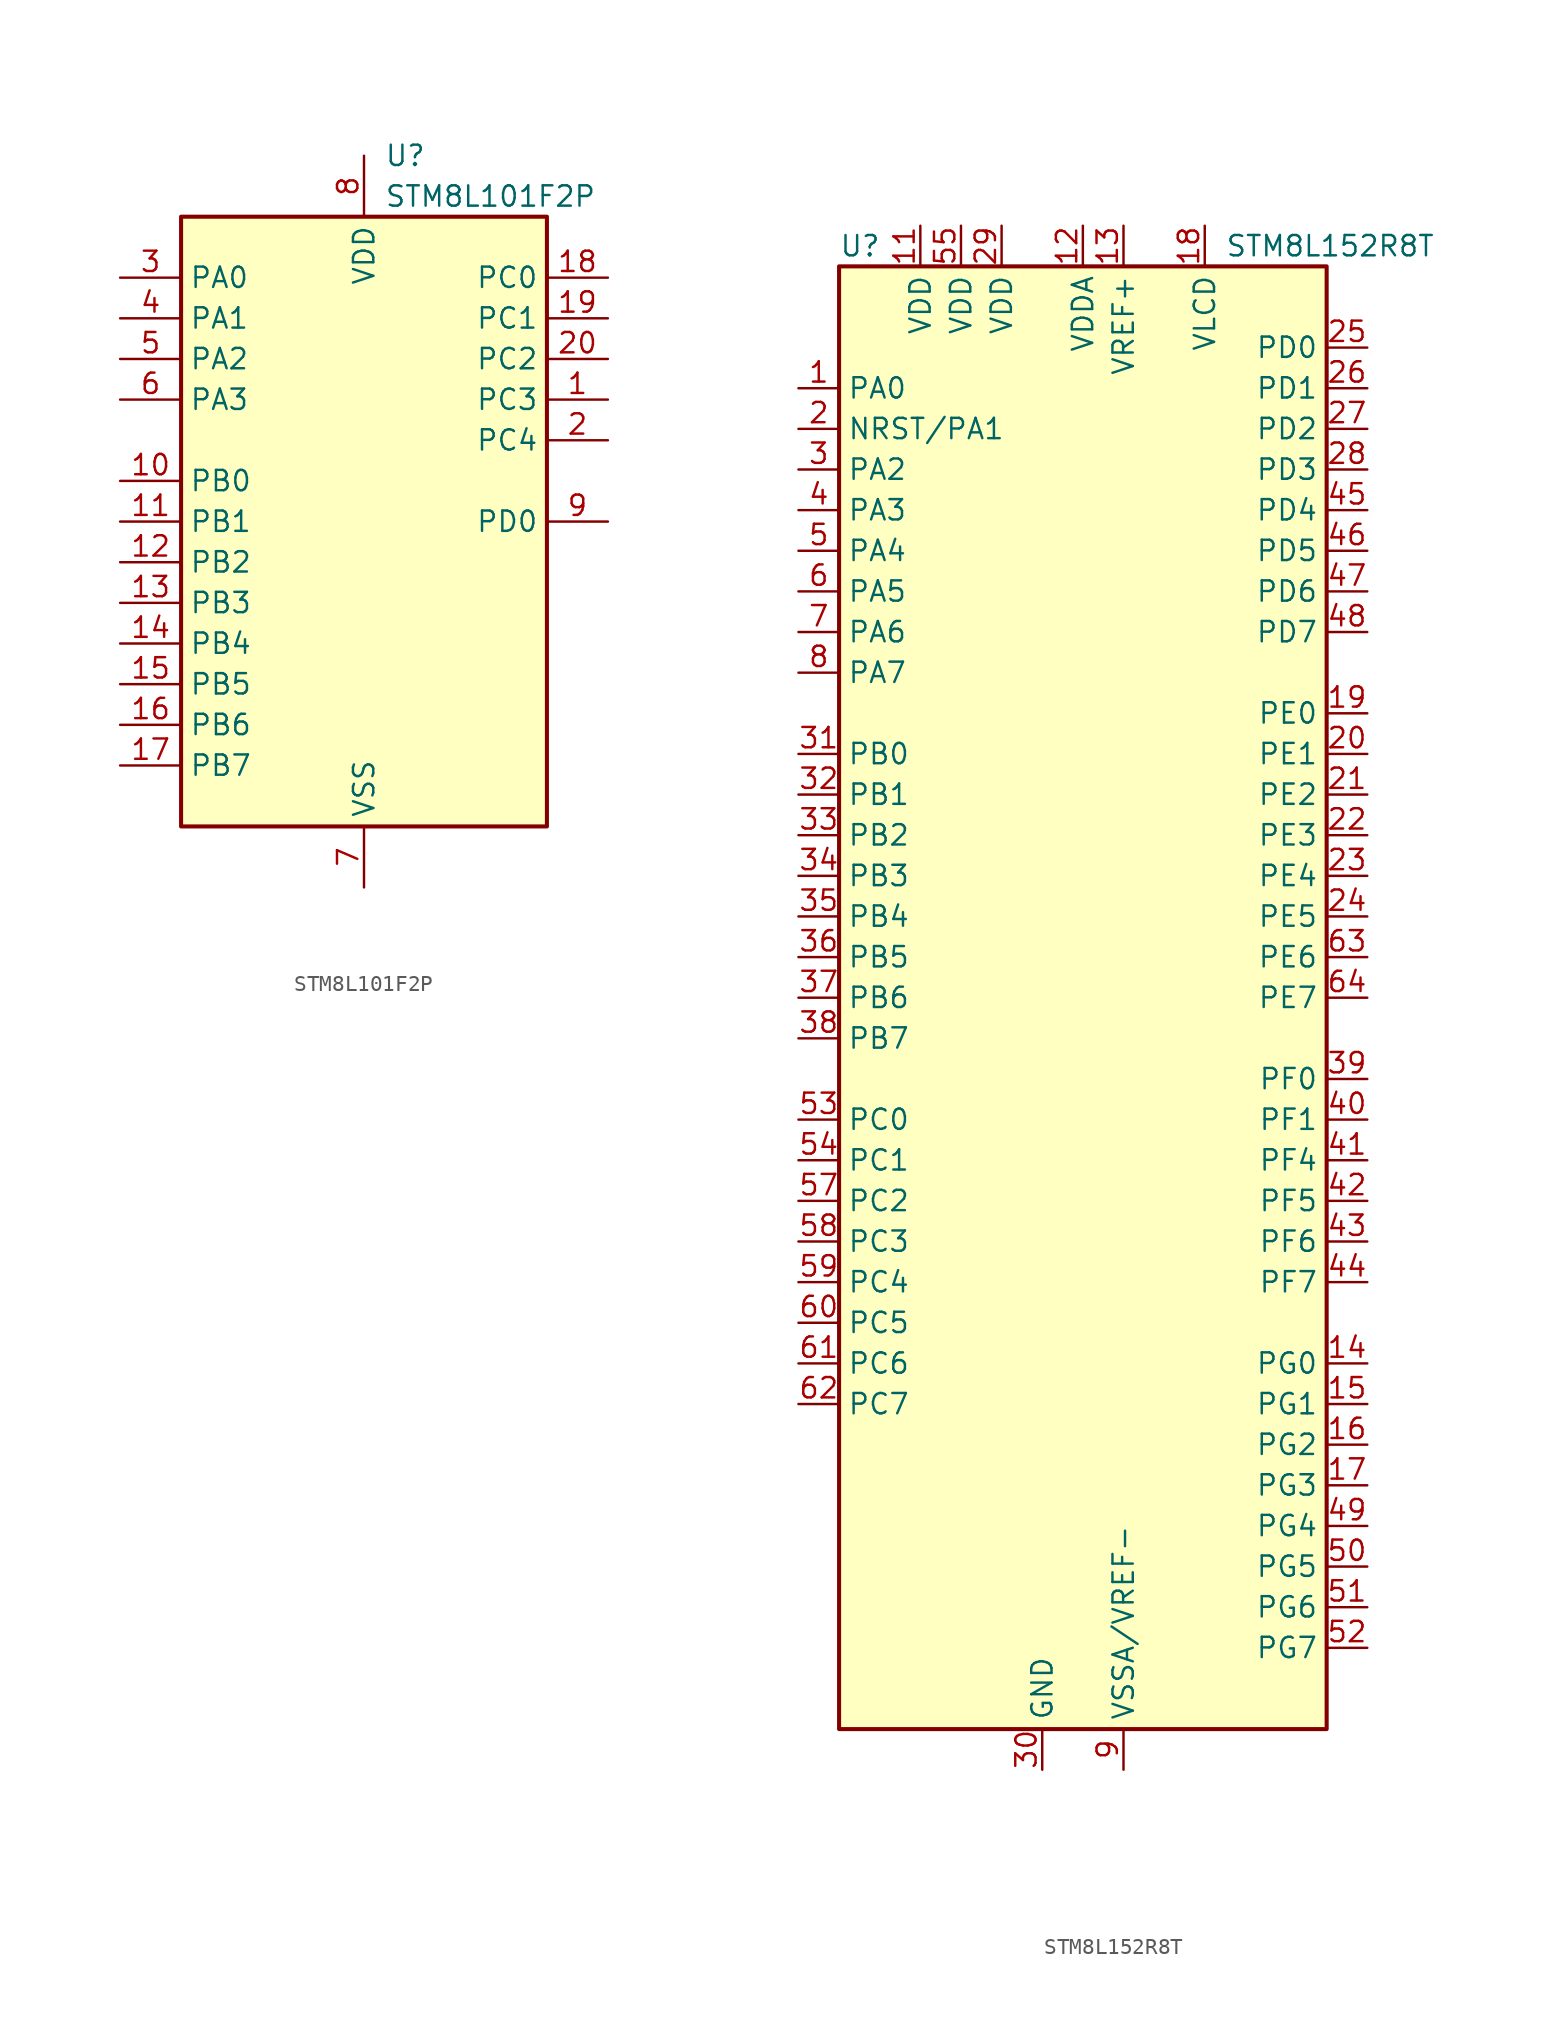
<source format=kicad_sym>
(kicad_symbol_lib
  (version 20201005)
  (generator kicad_symbol_editor)
  (symbol "STM8L101F2P"
    (property "Reference" "U"
      (at 1.27 22.86 0)
      (effects (font (size 1.27 1.27)) (justify left)))
    (property "Value" "STM8L101F2P"
      (at 1.27 20.32 0)
      (effects (font (size 1.27 1.27)) (justify left)))
    (symbol "STM8L101F2P_0_1"
      (rectangle (start -11.43 19.05) (end 11.43 -19.05) (stroke (width 0.254)) (fill (type background))))
    (symbol "STM8L101F2P_1_1"
      (pin bidirectional line (at 15.24 7.62 180) (length 3.81) (name "PC3" (effects (font (size 1.27 1.27)))) (number "1" (effects (font (size 1.27 1.27)))))
      (pin bidirectional line (at -15.24 2.54 0) (length 3.81) (name "PB0" (effects (font (size 1.27 1.27)))) (number "10" (effects (font (size 1.27 1.27)))))
      (pin bidirectional line (at -15.24 0 0) (length 3.81) (name "PB1" (effects (font (size 1.27 1.27)))) (number "11" (effects (font (size 1.27 1.27)))))
      (pin bidirectional line (at -15.24 -2.54 0) (length 3.81) (name "PB2" (effects (font (size 1.27 1.27)))) (number "12" (effects (font (size 1.27 1.27)))))
      (pin bidirectional line (at -15.24 -5.08 0) (length 3.81) (name "PB3" (effects (font (size 1.27 1.27)))) (number "13" (effects (font (size 1.27 1.27)))))
      (pin bidirectional line (at -15.24 -7.62 0) (length 3.81) (name "PB4" (effects (font (size 1.27 1.27)))) (number "14" (effects (font (size 1.27 1.27)))))
      (pin bidirectional line (at -15.24 -10.16 0) (length 3.81) (name "PB5" (effects (font (size 1.27 1.27)))) (number "15" (effects (font (size 1.27 1.27)))))
      (pin bidirectional line (at -15.24 -12.7 0) (length 3.81) (name "PB6" (effects (font (size 1.27 1.27)))) (number "16" (effects (font (size 1.27 1.27)))))
      (pin bidirectional line (at -15.24 -15.24 0) (length 3.81) (name "PB7" (effects (font (size 1.27 1.27)))) (number "17" (effects (font (size 1.27 1.27)))))
      (pin bidirectional line (at 15.24 15.24 180) (length 3.81) (name "PC0" (effects (font (size 1.27 1.27)))) (number "18" (effects (font (size 1.27 1.27)))))
      (pin bidirectional line (at 15.24 12.7 180) (length 3.81) (name "PC1" (effects (font (size 1.27 1.27)))) (number "19" (effects (font (size 1.27 1.27)))))
      (pin bidirectional line (at 15.24 5.08 180) (length 3.81) (name "PC4" (effects (font (size 1.27 1.27)))) (number "2" (effects (font (size 1.27 1.27)))))
      (pin bidirectional line (at 15.24 10.16 180) (length 3.81) (name "PC2" (effects (font (size 1.27 1.27)))) (number "20" (effects (font (size 1.27 1.27)))))
      (pin power_in line (at -15.24 15.24 0) (length 3.81) (name "PA0" (effects (font (size 1.27 1.27)))) (number "3" (effects (font (size 1.27 1.27)))))
      (pin bidirectional line (at -15.24 12.7 0) (length 3.81) (name "PA1" (effects (font (size 1.27 1.27)))) (number "4" (effects (font (size 1.27 1.27)))))
      (pin bidirectional line (at -15.24 10.16 0) (length 3.81) (name "PA2" (effects (font (size 1.27 1.27)))) (number "5" (effects (font (size 1.27 1.27)))))
      (pin bidirectional line (at -15.24 7.62 0) (length 3.81) (name "PA3" (effects (font (size 1.27 1.27)))) (number "6" (effects (font (size 1.27 1.27)))))
      (pin power_in line (at 0 -22.86 90) (length 3.81) (name "VSS" (effects (font (size 1.27 1.27)))) (number "7" (effects (font (size 1.27 1.27)))))
      (pin power_in line (at 0 22.86 270) (length 3.81) (name "VDD" (effects (font (size 1.27 1.27)))) (number "8" (effects (font (size 1.27 1.27)))))
      (pin bidirectional line (at 15.24 0 180) (length 3.81) (name "PD0" (effects (font (size 1.27 1.27)))) (number "9" (effects (font (size 1.27 1.27)))))))
  (symbol "STM8L152R8T"
    (property "Reference" "U"
      (at -15.24 46.99 0)
      (effects (font (size 1.27 1.27)) (justify left)))
    (property "Value" "STM8L152R8T"
      (at 8.89 46.99 0)
      (effects (font (size 1.27 1.27)) (justify left)))
    (symbol "STM8L152R8T_0_0"
      (pin passive line (at -2.54 -48.26 90) (length 2.54) hide (name "GND" (effects (font (size 1.27 1.27)))) (number "10" (effects (font (size 1.27 1.27)))))
      (pin bidirectional line (at 17.78 12.7 180) (length 2.54) (name "PE2" (effects (font (size 1.27 1.27)))) (number "21" (effects (font (size 1.27 1.27)))))
      (pin bidirectional line (at 17.78 10.16 180) (length 2.54) (name "PE3" (effects (font (size 1.27 1.27)))) (number "22" (effects (font (size 1.27 1.27)))))
      (pin bidirectional line (at 17.78 7.62 180) (length 2.54) (name "PE4" (effects (font (size 1.27 1.27)))) (number "23" (effects (font (size 1.27 1.27)))))
      (pin bidirectional line (at 17.78 5.08 180) (length 2.54) (name "PE5" (effects (font (size 1.27 1.27)))) (number "24" (effects (font (size 1.27 1.27)))))
      (pin bidirectional line (at 17.78 40.64 180) (length 2.54) (name "PD0" (effects (font (size 1.27 1.27)))) (number "25" (effects (font (size 1.27 1.27)))))
      (pin bidirectional line (at 17.78 38.1 180) (length 2.54) (name "PD1" (effects (font (size 1.27 1.27)))) (number "26" (effects (font (size 1.27 1.27)))))
      (pin bidirectional line (at 17.78 35.56 180) (length 2.54) (name "PD2" (effects (font (size 1.27 1.27)))) (number "27" (effects (font (size 1.27 1.27)))))
      (pin bidirectional line (at 17.78 33.02 180) (length 2.54) (name "PD3" (effects (font (size 1.27 1.27)))) (number "28" (effects (font (size 1.27 1.27)))))
      (pin power_in line (at -5.08 48.26 270) (length 2.54) (name "VDD" (effects (font (size 1.27 1.27)))) (number "29" (effects (font (size 1.27 1.27)))))
      (pin power_in line (at -2.54 -48.26 90) (length 2.54) (name "GND" (effects (font (size 1.27 1.27)))) (number "30" (effects (font (size 1.27 1.27)))))
      (pin bidirectional line (at -17.78 15.24 0) (length 2.54) (name "PB0" (effects (font (size 1.27 1.27)))) (number "31" (effects (font (size 1.27 1.27)))))
      (pin bidirectional line (at -17.78 12.7 0) (length 2.54) (name "PB1" (effects (font (size 1.27 1.27)))) (number "32" (effects (font (size 1.27 1.27)))))
      (pin bidirectional line (at -17.78 10.16 0) (length 2.54) (name "PB2" (effects (font (size 1.27 1.27)))) (number "33" (effects (font (size 1.27 1.27)))))
      (pin bidirectional line (at -17.78 7.62 0) (length 2.54) (name "PB3" (effects (font (size 1.27 1.27)))) (number "34" (effects (font (size 1.27 1.27)))))
      (pin bidirectional line (at -17.78 5.08 0) (length 2.54) (name "PB4" (effects (font (size 1.27 1.27)))) (number "35" (effects (font (size 1.27 1.27)))))
      (pin bidirectional line (at -17.78 2.54 0) (length 2.54) (name "PB5" (effects (font (size 1.27 1.27)))) (number "36" (effects (font (size 1.27 1.27)))))
      (pin bidirectional line (at -17.78 0 0) (length 2.54) (name "PB6" (effects (font (size 1.27 1.27)))) (number "37" (effects (font (size 1.27 1.27)))))
      (pin bidirectional line (at -17.78 -2.54 0) (length 2.54) (name "PB7" (effects (font (size 1.27 1.27)))) (number "38" (effects (font (size 1.27 1.27)))))
      (pin bidirectional line (at 17.78 -5.08 180) (length 2.54) (name "PF0" (effects (font (size 1.27 1.27)))) (number "39" (effects (font (size 1.27 1.27)))))
      (pin bidirectional line (at 17.78 -7.62 180) (length 2.54) (name "PF1" (effects (font (size 1.27 1.27)))) (number "40" (effects (font (size 1.27 1.27)))))
      (pin bidirectional line (at 17.78 -10.16 180) (length 2.54) (name "PF4" (effects (font (size 1.27 1.27)))) (number "41" (effects (font (size 1.27 1.27)))))
      (pin bidirectional line (at 17.78 -12.7 180) (length 2.54) (name "PF5" (effects (font (size 1.27 1.27)))) (number "42" (effects (font (size 1.27 1.27)))))
      (pin bidirectional line (at 17.78 -15.24 180) (length 2.54) (name "PF6" (effects (font (size 1.27 1.27)))) (number "43" (effects (font (size 1.27 1.27)))))
      (pin bidirectional line (at 17.78 -17.78 180) (length 2.54) (name "PF7" (effects (font (size 1.27 1.27)))) (number "44" (effects (font (size 1.27 1.27)))))
      (pin bidirectional line (at 17.78 30.48 180) (length 2.54) (name "PD4" (effects (font (size 1.27 1.27)))) (number "45" (effects (font (size 1.27 1.27)))))
      (pin bidirectional line (at 17.78 27.94 180) (length 2.54) (name "PD5" (effects (font (size 1.27 1.27)))) (number "46" (effects (font (size 1.27 1.27)))))
      (pin bidirectional line (at 17.78 25.4 180) (length 2.54) (name "PD6" (effects (font (size 1.27 1.27)))) (number "47" (effects (font (size 1.27 1.27)))))
      (pin bidirectional line (at 17.78 22.86 180) (length 2.54) (name "PD7" (effects (font (size 1.27 1.27)))) (number "48" (effects (font (size 1.27 1.27)))))
      (pin bidirectional line (at 17.78 -33.02 180) (length 2.54) (name "PG4" (effects (font (size 1.27 1.27)))) (number "49" (effects (font (size 1.27 1.27)))))
      (pin bidirectional line (at 17.78 -35.56 180) (length 2.54) (name "PG5" (effects (font (size 1.27 1.27)))) (number "50" (effects (font (size 1.27 1.27)))))
      (pin bidirectional line (at 17.78 -38.1 180) (length 2.54) (name "PG6" (effects (font (size 1.27 1.27)))) (number "51" (effects (font (size 1.27 1.27)))))
      (pin bidirectional line (at 17.78 -40.64 180) (length 2.54) (name "PG7" (effects (font (size 1.27 1.27)))) (number "52" (effects (font (size 1.27 1.27)))))
      (pin bidirectional line (at -17.78 -7.62 0) (length 2.54) (name "PC0" (effects (font (size 1.27 1.27)))) (number "53" (effects (font (size 1.27 1.27)))))
      (pin bidirectional line (at -17.78 -10.16 0) (length 2.54) (name "PC1" (effects (font (size 1.27 1.27)))) (number "54" (effects (font (size 1.27 1.27)))))
      (pin power_in line (at -7.62 48.26 270) (length 2.54) (name "VDD" (effects (font (size 1.27 1.27)))) (number "55" (effects (font (size 1.27 1.27)))))
      (pin passive line (at -2.54 -48.26 90) (length 2.54) hide (name "GND" (effects (font (size 1.27 1.27)))) (number "56" (effects (font (size 1.27 1.27)))))
      (pin bidirectional line (at -17.78 -12.7 0) (length 2.54) (name "PC2" (effects (font (size 1.27 1.27)))) (number "57" (effects (font (size 1.27 1.27)))))
      (pin bidirectional line (at -17.78 -15.24 0) (length 2.54) (name "PC3" (effects (font (size 1.27 1.27)))) (number "58" (effects (font (size 1.27 1.27)))))
      (pin bidirectional line (at -17.78 -17.78 0) (length 2.54) (name "PC4" (effects (font (size 1.27 1.27)))) (number "59" (effects (font (size 1.27 1.27)))))
      (pin bidirectional line (at -17.78 -20.32 0) (length 2.54) (name "PC5" (effects (font (size 1.27 1.27)))) (number "60" (effects (font (size 1.27 1.27)))))
      (pin bidirectional line (at -17.78 -22.86 0) (length 2.54) (name "PC6" (effects (font (size 1.27 1.27)))) (number "61" (effects (font (size 1.27 1.27)))))
      (pin bidirectional line (at -17.78 -25.4 0) (length 2.54) (name "PC7" (effects (font (size 1.27 1.27)))) (number "62" (effects (font (size 1.27 1.27)))))
      (pin bidirectional line (at 17.78 2.54 180) (length 2.54) (name "PE6" (effects (font (size 1.27 1.27)))) (number "63" (effects (font (size 1.27 1.27)))))
      (pin bidirectional line (at 17.78 0 180) (length 2.54) (name "PE7" (effects (font (size 1.27 1.27)))) (number "64" (effects (font (size 1.27 1.27))))))
    (symbol "STM8L152R8T_0_1"
      (rectangle (start -15.24 45.72) (end 15.24 -45.72) (stroke (width 0.254)) (fill (type background))))
    (symbol "STM8L152R8T_1_1"
      (pin bidirectional line (at -17.78 38.1 0) (length 2.54) (name "PA0" (effects (font (size 1.27 1.27)))) (number "1" (effects (font (size 1.27 1.27)))))
      (pin power_in line (at -10.16 48.26 270) (length 2.54) (name "VDD" (effects (font (size 1.27 1.27)))) (number "11" (effects (font (size 1.27 1.27)))))
      (pin power_in line (at 0 48.26 270) (length 2.54) (name "VDDA" (effects (font (size 1.27 1.27)))) (number "12" (effects (font (size 1.27 1.27)))))
      (pin power_in line (at 2.54 48.26 270) (length 2.54) (name "VREF+" (effects (font (size 1.27 1.27)))) (number "13" (effects (font (size 1.27 1.27)))))
      (pin bidirectional line (at 17.78 -22.86 180) (length 2.54) (name "PG0" (effects (font (size 1.27 1.27)))) (number "14" (effects (font (size 1.27 1.27)))))
      (pin bidirectional line (at 17.78 -25.4 180) (length 2.54) (name "PG1" (effects (font (size 1.27 1.27)))) (number "15" (effects (font (size 1.27 1.27)))))
      (pin bidirectional line (at 17.78 -27.94 180) (length 2.54) (name "PG2" (effects (font (size 1.27 1.27)))) (number "16" (effects (font (size 1.27 1.27)))))
      (pin bidirectional line (at 17.78 -30.48 180) (length 2.54) (name "PG3" (effects (font (size 1.27 1.27)))) (number "17" (effects (font (size 1.27 1.27)))))
      (pin power_in line (at 7.62 48.26 270) (length 2.54) (name "VLCD" (effects (font (size 1.27 1.27)))) (number "18" (effects (font (size 1.27 1.27)))))
      (pin bidirectional line (at 17.78 17.78 180) (length 2.54) (name "PE0" (effects (font (size 1.27 1.27)))) (number "19" (effects (font (size 1.27 1.27)))))
      (pin bidirectional line (at -17.78 35.56 0) (length 2.54) (name "NRST/PA1" (effects (font (size 1.27 1.27)))) (number "2" (effects (font (size 1.27 1.27)))))
      (pin bidirectional line (at 17.78 15.24 180) (length 2.54) (name "PE1" (effects (font (size 1.27 1.27)))) (number "20" (effects (font (size 1.27 1.27)))))
      (pin bidirectional line (at -17.78 33.02 0) (length 2.54) (name "PA2" (effects (font (size 1.27 1.27)))) (number "3" (effects (font (size 1.27 1.27)))))
      (pin bidirectional line (at -17.78 30.48 0) (length 2.54) (name "PA3" (effects (font (size 1.27 1.27)))) (number "4" (effects (font (size 1.27 1.27)))))
      (pin bidirectional line (at -17.78 27.94 0) (length 2.54) (name "PA4" (effects (font (size 1.27 1.27)))) (number "5" (effects (font (size 1.27 1.27)))))
      (pin bidirectional line (at -17.78 25.4 0) (length 2.54) (name "PA5" (effects (font (size 1.27 1.27)))) (number "6" (effects (font (size 1.27 1.27)))))
      (pin bidirectional line (at -17.78 22.86 0) (length 2.54) (name "PA6" (effects (font (size 1.27 1.27)))) (number "7" (effects (font (size 1.27 1.27)))))
      (pin bidirectional line (at -17.78 20.32 0) (length 2.54) (name "PA7" (effects (font (size 1.27 1.27)))) (number "8" (effects (font (size 1.27 1.27)))))
      (pin power_in line (at 2.54 -48.26 90) (length 2.54) (name "VSSA/VREF-" (effects (font (size 1.27 1.27)))) (number "9" (effects (font (size 1.27 1.27))))))))
</source>
